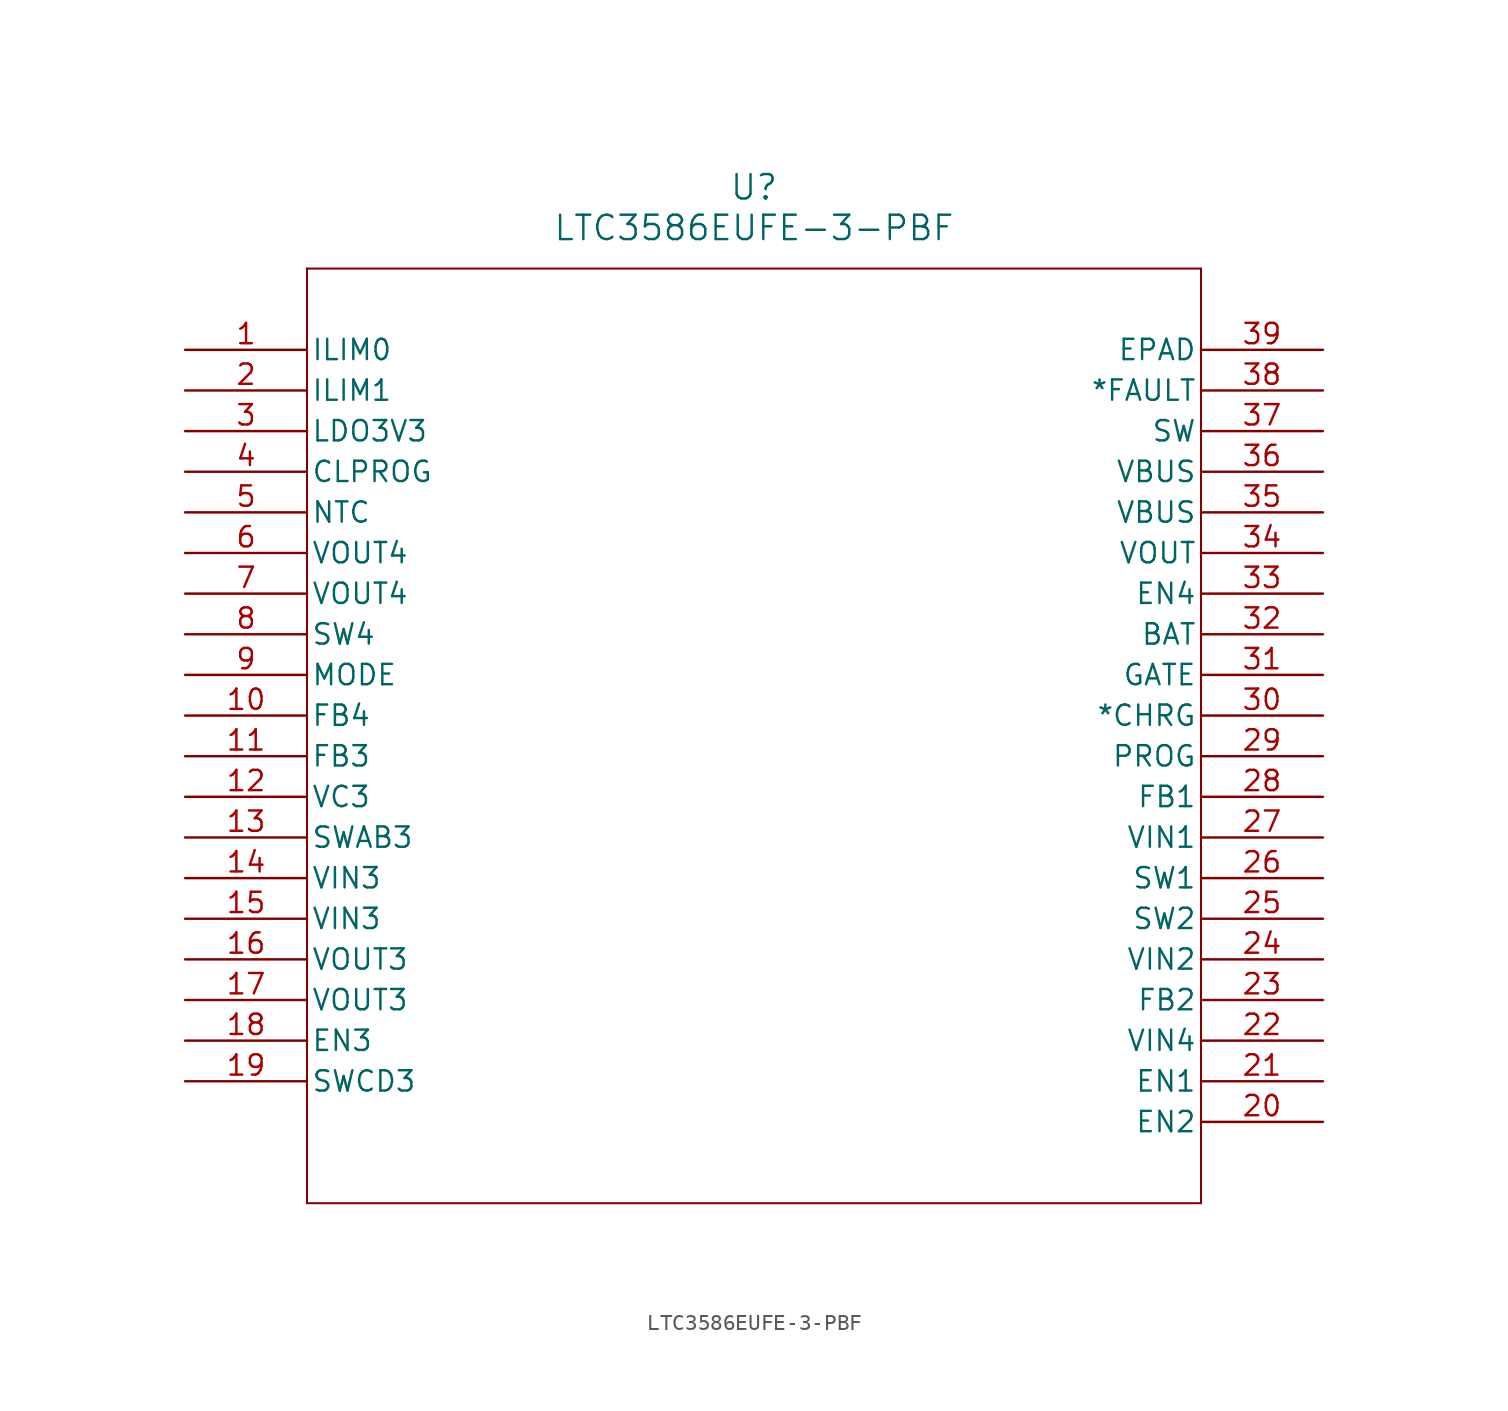
<source format=kicad_sym>
(kicad_symbol_lib
  (version 20211014)
  (generator kicad_symbol_editor)
  (symbol "LTC3586EUFE-3-PBF"
    (pin_names
      (offset 0.254))
    (property "Reference" "U"
      (at 35.56 10.16 0)
      (effects (font (size 1.524 1.524))))
    (property "Value" "LTC3586EUFE-3-PBF"
      (at 35.56 7.62 0)
      (effects (font (size 1.524 1.524))))
    (symbol "LTC3586EUFE-3-PBF_0_1"
      (polyline (pts (xy 7.62 5.08) (xy 7.62 -53.34)) (stroke (width 0.127) (type default) (color 0 0 0 0)) (fill (type none)))
      (polyline (pts (xy 7.62 -53.34) (xy 63.5 -53.34)) (stroke (width 0.127) (type default) (color 0 0 0 0)) (fill (type none)))
      (polyline (pts (xy 63.5 -53.34) (xy 63.5 5.08)) (stroke (width 0.127) (type default) (color 0 0 0 0)) (fill (type none)))
      (polyline (pts (xy 63.5 5.08) (xy 7.62 5.08)) (stroke (width 0.127) (type default) (color 0 0 0 0)) (fill (type none)))
      (pin input line (at 0 0 0) (length 7.62) (name "ILIM0" (effects (font (size 1.27 1.27)))) (number "1" (effects (font (size 1.27 1.27)))))
      (pin input line (at 0 -2.54 0) (length 7.62) (name "ILIM1" (effects (font (size 1.27 1.27)))) (number "2" (effects (font (size 1.27 1.27)))))
      (pin output line (at 0 -5.08 0) (length 7.62) (name "LDO3V3" (effects (font (size 1.27 1.27)))) (number "3" (effects (font (size 1.27 1.27)))))
      (pin unspecified line (at 0 -7.62 0) (length 7.62) (name "CLPROG" (effects (font (size 1.27 1.27)))) (number "4" (effects (font (size 1.27 1.27)))))
      (pin input line (at 0 -10.16 0) (length 7.62) (name "NTC" (effects (font (size 1.27 1.27)))) (number "5" (effects (font (size 1.27 1.27)))))
      (pin output line (at 0 -12.7 0) (length 7.62) (name "VOUT4" (effects (font (size 1.27 1.27)))) (number "6" (effects (font (size 1.27 1.27)))))
      (pin output line (at 0 -15.24 0) (length 7.62) (name "VOUT4" (effects (font (size 1.27 1.27)))) (number "7" (effects (font (size 1.27 1.27)))))
      (pin unspecified line (at 0 -17.78 0) (length 7.62) (name "SW4" (effects (font (size 1.27 1.27)))) (number "8" (effects (font (size 1.27 1.27)))))
      (pin input line (at 0 -20.32 0) (length 7.62) (name "MODE" (effects (font (size 1.27 1.27)))) (number "9" (effects (font (size 1.27 1.27)))))
      (pin input line (at 0 -22.86 0) (length 7.62) (name "FB4" (effects (font (size 1.27 1.27)))) (number "10" (effects (font (size 1.27 1.27)))))
      (pin input line (at 0 -25.4 0) (length 7.62) (name "FB3" (effects (font (size 1.27 1.27)))) (number "11" (effects (font (size 1.27 1.27)))))
      (pin output line (at 0 -27.94 0) (length 7.62) (name "VC3" (effects (font (size 1.27 1.27)))) (number "12" (effects (font (size 1.27 1.27)))))
      (pin unspecified line (at 0 -30.48 0) (length 7.62) (name "SWAB3" (effects (font (size 1.27 1.27)))) (number "13" (effects (font (size 1.27 1.27)))))
      (pin input line (at 0 -33.02 0) (length 7.62) (name "VIN3" (effects (font (size 1.27 1.27)))) (number "14" (effects (font (size 1.27 1.27)))))
      (pin input line (at 0 -35.56 0) (length 7.62) (name "VIN3" (effects (font (size 1.27 1.27)))) (number "15" (effects (font (size 1.27 1.27)))))
      (pin output line (at 0 -38.1 0) (length 7.62) (name "VOUT3" (effects (font (size 1.27 1.27)))) (number "16" (effects (font (size 1.27 1.27)))))
      (pin output line (at 0 -40.64 0) (length 7.62) (name "VOUT3" (effects (font (size 1.27 1.27)))) (number "17" (effects (font (size 1.27 1.27)))))
      (pin input line (at 0 -43.18 0) (length 7.62) (name "EN3" (effects (font (size 1.27 1.27)))) (number "18" (effects (font (size 1.27 1.27)))))
      (pin unspecified line (at 0 -45.72 0) (length 7.62) (name "SWCD3" (effects (font (size 1.27 1.27)))) (number "19" (effects (font (size 1.27 1.27)))))
      (pin input line (at 71.12 -48.26 180) (length 7.62) (name "EN2" (effects (font (size 1.27 1.27)))) (number "20" (effects (font (size 1.27 1.27)))))
      (pin input line (at 71.12 -45.72 180) (length 7.62) (name "EN1" (effects (font (size 1.27 1.27)))) (number "21" (effects (font (size 1.27 1.27)))))
      (pin input line (at 71.12 -43.18 180) (length 7.62) (name "VIN4" (effects (font (size 1.27 1.27)))) (number "22" (effects (font (size 1.27 1.27)))))
      (pin input line (at 71.12 -40.64 180) (length 7.62) (name "FB2" (effects (font (size 1.27 1.27)))) (number "23" (effects (font (size 1.27 1.27)))))
      (pin input line (at 71.12 -38.1 180) (length 7.62) (name "VIN2" (effects (font (size 1.27 1.27)))) (number "24" (effects (font (size 1.27 1.27)))))
      (pin unspecified line (at 71.12 -35.56 180) (length 7.62) (name "SW2" (effects (font (size 1.27 1.27)))) (number "25" (effects (font (size 1.27 1.27)))))
      (pin unspecified line (at 71.12 -33.02 180) (length 7.62) (name "SW1" (effects (font (size 1.27 1.27)))) (number "26" (effects (font (size 1.27 1.27)))))
      (pin input line (at 71.12 -30.48 180) (length 7.62) (name "VIN1" (effects (font (size 1.27 1.27)))) (number "27" (effects (font (size 1.27 1.27)))))
      (pin input line (at 71.12 -27.94 180) (length 7.62) (name "FB1" (effects (font (size 1.27 1.27)))) (number "28" (effects (font (size 1.27 1.27)))))
      (pin unspecified line (at 71.12 -25.4 180) (length 7.62) (name "PROG" (effects (font (size 1.27 1.27)))) (number "29" (effects (font (size 1.27 1.27)))))
      (pin output line (at 71.12 -22.86 180) (length 7.62) (name "*CHRG" (effects (font (size 1.27 1.27)))) (number "30" (effects (font (size 1.27 1.27)))))
      (pin output line (at 71.12 -20.32 180) (length 7.62) (name "GATE" (effects (font (size 1.27 1.27)))) (number "31" (effects (font (size 1.27 1.27)))))
      (pin unspecified line (at 71.12 -17.78 180) (length 7.62) (name "BAT" (effects (font (size 1.27 1.27)))) (number "32" (effects (font (size 1.27 1.27)))))
      (pin input line (at 71.12 -15.24 180) (length 7.62) (name "EN4" (effects (font (size 1.27 1.27)))) (number "33" (effects (font (size 1.27 1.27)))))
      (pin output line (at 71.12 -12.7 180) (length 7.62) (name "VOUT" (effects (font (size 1.27 1.27)))) (number "34" (effects (font (size 1.27 1.27)))))
      (pin input line (at 71.12 -10.16 180) (length 7.62) (name "VBUS" (effects (font (size 1.27 1.27)))) (number "35" (effects (font (size 1.27 1.27)))))
      (pin input line (at 71.12 -7.62 180) (length 7.62) (name "VBUS" (effects (font (size 1.27 1.27)))) (number "36" (effects (font (size 1.27 1.27)))))
      (pin unspecified line (at 71.12 -5.08 180) (length 7.62) (name "SW" (effects (font (size 1.27 1.27)))) (number "37" (effects (font (size 1.27 1.27)))))
      (pin output line (at 71.12 -2.54 180) (length 7.62) (name "*FAULT" (effects (font (size 1.27 1.27)))) (number "38" (effects (font (size 1.27 1.27)))))
      (pin unspecified line (at 71.12 0 180) (length 7.62) (name "EPAD" (effects (font (size 1.27 1.27)))) (number "39" (effects (font (size 1.27 1.27))))))))
</source>
